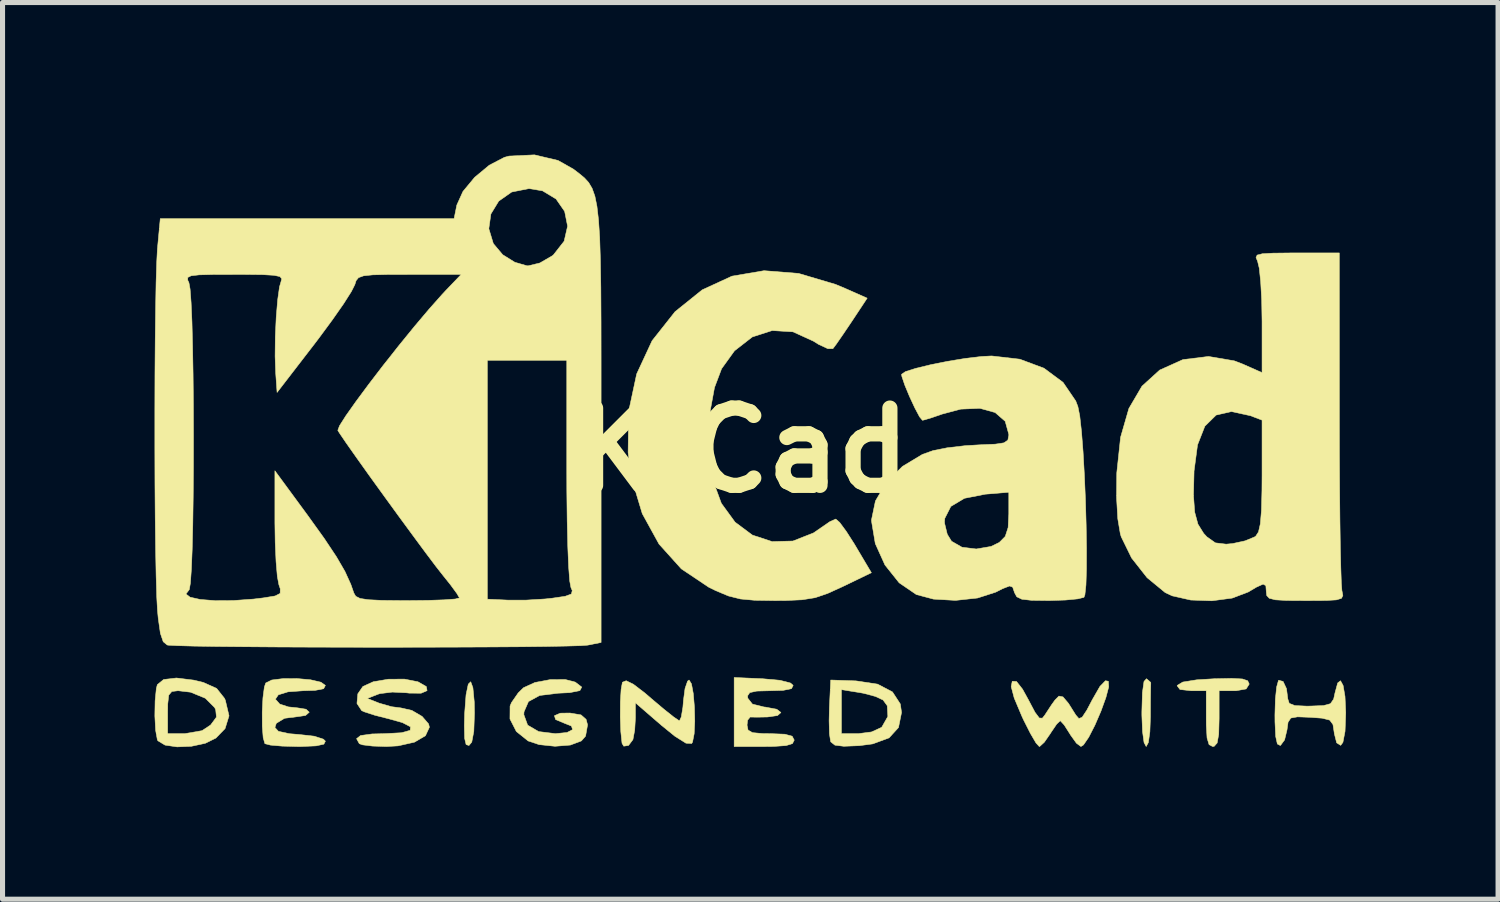
<source format=kicad_pcb>
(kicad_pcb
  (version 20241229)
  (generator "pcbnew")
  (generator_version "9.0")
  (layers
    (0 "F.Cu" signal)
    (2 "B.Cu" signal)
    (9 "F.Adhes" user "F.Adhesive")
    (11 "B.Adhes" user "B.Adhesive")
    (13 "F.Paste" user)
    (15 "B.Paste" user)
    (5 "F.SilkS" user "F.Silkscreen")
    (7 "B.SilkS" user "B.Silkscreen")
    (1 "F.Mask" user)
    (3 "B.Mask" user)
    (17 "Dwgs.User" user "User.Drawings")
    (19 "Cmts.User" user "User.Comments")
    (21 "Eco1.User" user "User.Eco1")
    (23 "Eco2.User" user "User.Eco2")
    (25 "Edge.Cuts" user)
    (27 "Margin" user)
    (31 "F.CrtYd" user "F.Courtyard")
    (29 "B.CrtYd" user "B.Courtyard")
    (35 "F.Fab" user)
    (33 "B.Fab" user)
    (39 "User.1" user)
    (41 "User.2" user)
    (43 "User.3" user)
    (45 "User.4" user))
  (footprint "KiCad"
    (layer "F.Cu")
    (at 11.602 5.835)
    (property "Reference" "KiCad" (at 0 0 0) (layer "F.SilkS") (effects (font (size 1.524 1.524) (thickness 0.3))))
    (attr through_hole)
    (fp_poly (pts (xy -5.323 4.681) (xy -5.296 4.963) (xy -5.292 5.179) (xy -5.305 5.543) (xy -5.345 5.754) (xy -5.401 5.822) (xy -5.457 5.803) (xy -5.486 5.681) (xy -5.492 5.432) (xy -5.486 5.194) (xy -5.458 4.821) (xy -5.414 4.611) (xy -5.366 4.564) (xy -5.323 4.681)) (stroke (width 0.01) (type solid)) (fill yes) (layer "F.SilkS"))
    (fp_poly (pts (xy 8.048 4.576) (xy 8.05 4.595) (xy 8.047 4.705) (xy 8.044 4.935) (xy 8.043 5.237) (xy 8.043 5.249) (xy 8.032 5.553) (xy 8.002 5.763) (xy 7.959 5.842) (xy 7.959 5.842) (xy 7.917 5.763) (xy 7.887 5.546) (xy 7.874 5.223) (xy 7.874 5.158) (xy 7.885 4.778) (xy 7.916 4.559) (xy 7.965 4.504) (xy 8.048 4.576)) (stroke (width 0.01) (type solid)) (fill yes) (layer "F.SilkS"))
    (fp_poly (pts (xy 9.857 4.509) (xy 9.961 4.544) (xy 9.991 4.607) (xy 9.991 4.611) (xy 9.931 4.706) (xy 9.736 4.741) (xy 9.694 4.741) (xy 9.398 4.741) (xy 9.398 5.292) (xy 9.39 5.6) (xy 9.359 5.772) (xy 9.3 5.838) (xy 9.271 5.842) (xy 9.2 5.805) (xy 9.16 5.674) (xy 9.145 5.417) (xy 9.144 5.292) (xy 9.144 4.741) (xy 8.841 4.741) (xy 8.626 4.717) (xy 8.57 4.644) (xy 8.572 4.636) (xy 8.681 4.57) (xy 8.957 4.526) (xy 9.299 4.505) (xy 9.647 4.498) (xy 9.857 4.509)) (stroke (width 0.01) (type solid)) (fill yes) (layer "F.SilkS"))
    (fp_poly (pts (xy 2.234 4.547) (xy 2.66 4.611) (xy 2.954 4.765) (xy 3.109 5.003) (xy 3.133 5.17) (xy 3.073 5.467) (xy 2.887 5.671) (xy 2.564 5.79) (xy 2.3 5.825) (xy 1.994 5.837) (xy 1.819 5.815) (xy 1.739 5.752) (xy 1.733 5.737) (xy 1.711 5.591) (xy 1.711 5.588) (xy 1.947 5.588) (xy 2.28 5.588) (xy 2.542 5.554) (xy 2.732 5.467) (xy 2.746 5.455) (xy 2.863 5.249) (xy 2.851 5.037) (xy 2.769 4.925) (xy 2.619 4.854) (xy 2.381 4.791) (xy 2.303 4.777) (xy 1.947 4.72) (xy 1.947 5.588) (xy 1.711 5.588) (xy 1.704 5.335) (xy 1.71 5.071) (xy 1.736 4.53) (xy 2.234 4.547)) (stroke (width 0.01) (type solid)) (fill yes) (layer "F.SilkS"))
    (fp_poly (pts (xy 0.395 4.505) (xy 0.738 4.536) (xy 0.944 4.59) (xy 0.995 4.636) (xy 0.962 4.7) (xy 0.797 4.734) (xy 0.551 4.741) (xy 0.278 4.748) (xy 0.139 4.778) (xy 0.096 4.841) (xy 0.1 4.889) (xy 0.191 5.005) (xy 0.419 5.062) (xy 0.445 5.064) (xy 0.672 5.107) (xy 0.754 5.171) (xy 0.686 5.231) (xy 0.487 5.259) (xy 0.278 5.263) (xy 0.15 5.26) (xy 0.148 5.259) (xy 0.097 5.321) (xy 0.085 5.419) (xy 0.105 5.517) (xy 0.192 5.568) (xy 0.387 5.586) (xy 0.55 5.588) (xy 0.831 5.599) (xy 0.976 5.639) (xy 1.016 5.715) (xy 0.981 5.784) (xy 0.856 5.823) (xy 0.609 5.84) (xy 0.423 5.842) (xy -0.169 5.842) (xy -0.169 4.48) (xy 0.395 4.505)) (stroke (width 0.01) (type solid)) (fill yes) (layer "F.SilkS"))
    (fp_poly (pts (xy -10.83 4.532) (xy -10.64 4.578) (xy -10.378 4.696) (xy -10.223 4.892) (xy -10.207 4.928) (xy -10.134 5.236) (xy -10.212 5.488) (xy -10.393 5.675) (xy -10.602 5.778) (xy -10.875 5.837) (xy -11.158 5.849) (xy -11.396 5.814) (xy -11.537 5.729) (xy -11.548 5.708) (xy -11.582 5.521) (xy -11.597 5.24) (xy -11.596 5.165) (xy -11.345 5.165) (xy -11.345 5.588) (xy -11.007 5.588) (xy -10.666 5.529) (xy -10.497 5.417) (xy -10.382 5.262) (xy -10.397 5.116) (xy -10.417 5.074) (xy -10.602 4.889) (xy -10.893 4.77) (xy -11.139 4.741) (xy -11.262 4.756) (xy -11.323 4.828) (xy -11.343 5.002) (xy -11.345 5.165) (xy -11.596 5.165) (xy -11.592 4.941) (xy -11.568 4.698) (xy -11.548 4.621) (xy -11.424 4.52) (xy -11.174 4.49) (xy -10.83 4.532)) (stroke (width 0.01) (type solid)) (fill yes) (layer "F.SilkS"))
    (fp_poly (pts (xy -3.304 4.571) (xy -3.176 4.669) (xy -3.212 4.738) (xy -3.413 4.779) (xy -3.643 4.79) (xy -4.007 4.835) (xy -4.227 4.955) (xy -4.315 5.158) (xy -4.318 5.214) (xy -4.243 5.42) (xy -4.026 5.547) (xy -3.694 5.588) (xy -3.465 5.565) (xy -3.355 5.508) (xy -3.38 5.437) (xy -3.514 5.384) (xy -3.691 5.31) (xy -3.715 5.234) (xy -3.599 5.184) (xy -3.408 5.181) (xy -3.19 5.218) (xy -3.09 5.306) (xy -3.061 5.414) (xy -3.1 5.636) (xy -3.183 5.731) (xy -3.401 5.813) (xy -3.703 5.837) (xy -4.017 5.804) (xy -4.233 5.732) (xy -4.466 5.545) (xy -4.592 5.298) (xy -4.59 5.044) (xy -4.562 4.976) (xy -4.429 4.784) (xy -4.325 4.682) (xy -4.1 4.579) (xy -3.799 4.522) (xy -3.501 4.52) (xy -3.304 4.571)) (stroke (width 0.01) (type solid)) (fill yes) (layer "F.SilkS"))
    (fp_poly (pts (xy -1.011 4.606) (xy -0.975 4.8) (xy -0.953 5.063) (xy -0.946 5.343) (xy -0.958 5.59) (xy -0.99 5.753) (xy -1.007 5.782) (xy -1.12 5.776) (xy -1.338 5.639) (xy -1.604 5.423) (xy -2.117 4.979) (xy -2.117 5.276) (xy -2.131 5.518) (xy -2.165 5.7) (xy -2.168 5.708) (xy -2.253 5.821) (xy -2.347 5.835) (xy -2.381 5.779) (xy -2.405 5.549) (xy -2.416 5.258) (xy -2.414 4.961) (xy -2.399 4.715) (xy -2.374 4.577) (xy -2.371 4.573) (xy -2.299 4.544) (xy -2.159 4.612) (xy -1.931 4.786) (xy -1.801 4.898) (xy -1.558 5.103) (xy -1.365 5.257) (xy -1.257 5.331) (xy -1.247 5.334) (xy -1.212 5.258) (xy -1.18 5.065) (xy -1.169 4.932) (xy -1.138 4.697) (xy -1.088 4.552) (xy -1.058 4.53) (xy -1.011 4.606)) (stroke (width 0.01) (type solid)) (fill yes) (layer "F.SilkS"))
    (fp_poly (pts (xy -8.527 4.525) (xy -8.321 4.573) (xy -8.233 4.636) (xy -8.267 4.701) (xy -8.434 4.734) (xy -8.666 4.741) (xy -8.971 4.763) (xy -9.161 4.822) (xy -9.219 4.908) (xy -9.134 5.004) (xy -8.964 5.06) (xy -8.784 5.079) (xy -8.615 5.106) (xy -8.551 5.165) (xy -8.624 5.229) (xy -8.756 5.249) (xy -9.039 5.285) (xy -9.201 5.383) (xy -9.229 5.466) (xy -9.16 5.542) (xy -8.944 5.589) (xy -8.749 5.605) (xy -8.453 5.638) (xy -8.272 5.697) (xy -8.233 5.736) (xy -8.263 5.795) (xy -8.416 5.829) (xy -8.712 5.842) (xy -8.784 5.842) (xy -9.085 5.834) (xy -9.315 5.814) (xy -9.425 5.786) (xy -9.426 5.786) (xy -9.46 5.668) (xy -9.478 5.44) (xy -9.479 5.159) (xy -9.465 4.883) (xy -9.437 4.669) (xy -9.41 4.589) (xy -9.292 4.53) (xy -9.068 4.502) (xy -8.795 4.501) (xy -8.527 4.525)) (stroke (width 0.01) (type solid)) (fill yes) (layer "F.SilkS"))
    (fp_poly (pts (xy 10.66 4.558) (xy 10.727 4.701) (xy 10.753 4.903) (xy 10.781 4.99) (xy 10.891 5.034) (xy 11.123 5.045) (xy 11.196 5.044) (xy 11.456 5.034) (xy 11.594 4.997) (xy 11.657 4.907) (xy 11.684 4.784) (xy 11.737 4.588) (xy 11.793 4.544) (xy 11.844 4.638) (xy 11.881 4.852) (xy 11.896 5.171) (xy 11.896 5.179) (xy 11.882 5.543) (xy 11.84 5.76) (xy 11.796 5.819) (xy 11.717 5.769) (xy 11.67 5.584) (xy 11.669 5.572) (xy 11.644 5.408) (xy 11.58 5.321) (xy 11.431 5.283) (xy 11.203 5.266) (xy 10.946 5.256) (xy 10.813 5.28) (xy 10.758 5.362) (xy 10.737 5.514) (xy 10.689 5.712) (xy 10.609 5.82) (xy 10.604 5.821) (xy 10.547 5.792) (xy 10.514 5.644) (xy 10.5 5.357) (xy 10.499 5.219) (xy 10.508 4.907) (xy 10.533 4.666) (xy 10.568 4.541) (xy 10.574 4.535) (xy 10.66 4.558)) (stroke (width 0.01) (type solid)) (fill yes) (layer "F.SilkS"))
    (fp_poly (pts (xy -6.411 4.564) (xy -6.408 4.564) (xy -6.242 4.659) (xy -6.227 4.74) (xy -6.344 4.79) (xy -6.575 4.789) (xy -6.633 4.782) (xy -6.911 4.768) (xy -7.156 4.798) (xy -7.197 4.811) (xy -7.408 4.893) (xy -7.17 4.987) (xy -6.93 5.056) (xy -6.744 5.08) (xy -6.528 5.129) (xy -6.325 5.248) (xy -6.197 5.396) (xy -6.181 5.461) (xy -6.259 5.629) (xy -6.476 5.756) (xy -6.8 5.829) (xy -7.032 5.842) (xy -7.302 5.833) (xy -7.499 5.809) (xy -7.564 5.786) (xy -7.618 5.687) (xy -7.539 5.625) (xy -7.313 5.594) (xy -7.063 5.588) (xy -6.731 5.57) (xy -6.56 5.522) (xy -6.554 5.453) (xy -6.713 5.37) (xy -6.993 5.292) (xy -7.257 5.225) (xy -7.458 5.16) (xy -7.517 5.134) (xy -7.61 4.992) (xy -7.593 4.802) (xy -7.493 4.657) (xy -7.288 4.564) (xy -6.991 4.514) (xy -6.674 4.512) (xy -6.411 4.564)) (stroke (width 0.01) (type solid)) (fill yes) (layer "F.SilkS"))
    (fp_poly (pts (xy 7.213 4.555) (xy 7.22 4.665) (xy 7.164 4.877) (xy 7.067 5.144) (xy 6.948 5.42) (xy 6.826 5.658) (xy 6.722 5.81) (xy 6.672 5.842) (xy 6.583 5.776) (xy 6.466 5.613) (xy 6.452 5.589) (xy 6.343 5.418) (xy 6.268 5.336) (xy 6.262 5.335) (xy 6.194 5.399) (xy 6.085 5.559) (xy 6.067 5.588) (xy 5.949 5.758) (xy 5.858 5.841) (xy 5.85 5.842) (xy 5.785 5.771) (xy 5.674 5.581) (xy 5.538 5.312) (xy 5.506 5.242) (xy 5.356 4.886) (xy 5.296 4.66) (xy 5.317 4.555) (xy 5.401 4.559) (xy 5.521 4.712) (xy 5.636 4.921) (xy 5.766 5.167) (xy 5.851 5.28) (xy 5.912 5.282) (xy 5.96 5.221) (xy 6.093 5.018) (xy 6.16 4.925) (xy 6.238 4.847) (xy 6.318 4.863) (xy 6.425 4.989) (xy 6.571 5.221) (xy 6.631 5.29) (xy 6.696 5.265) (xy 6.788 5.125) (xy 6.895 4.921) (xy 7.047 4.656) (xy 7.156 4.544) (xy 7.213 4.555)) (stroke (width 0.01) (type solid)) (fill yes) (layer "F.SilkS"))
    (fp_poly (pts (xy 1.103 -3.491) (xy 1.831 -3.275) (xy 2.013 -3.199) (xy 2.455 -3.003) (xy 2.148 -2.539) (xy 1.98 -2.29) (xy 1.846 -2.096) (xy 1.778 -2.006) (xy 1.678 -2.007) (xy 1.497 -2.091) (xy 1.397 -2.154) (xy 0.992 -2.339) (xy 0.581 -2.364) (xy 0.189 -2.238) (xy -0.162 -1.965) (xy -0.417 -1.611) (xy -0.557 -1.24) (xy -0.645 -0.762) (xy -0.675 -0.233) (xy -0.644 0.291) (xy -0.596 0.568) (xy -0.422 1.044) (xy -0.151 1.416) (xy 0.191 1.671) (xy 0.58 1.799) (xy 0.99 1.788) (xy 1.397 1.628) (xy 1.549 1.523) (xy 1.719 1.406) (xy 1.834 1.355) (xy 1.836 1.355) (xy 1.913 1.422) (xy 2.045 1.601) (xy 2.206 1.853) (xy 2.224 1.884) (xy 2.538 2.413) (xy 1.969 2.688) (xy 1.672 2.823) (xy 1.427 2.906) (xy 1.17 2.947) (xy 0.838 2.962) (xy 0.629 2.963) (xy 0.238 2.957) (xy -0.045 2.931) (xy -0.281 2.872) (xy -0.53 2.768) (xy -0.669 2.7) (xy -1.211 2.337) (xy -1.652 1.847) (xy -1.982 1.247) (xy -2.192 0.55) (xy -2.261 0.042) (xy -2.25 -0.771) (xy -2.092 -1.508) (xy -1.788 -2.163) (xy -1.339 -2.731) (xy -1.335 -2.736) (xy -0.799 -3.167) (xy -0.213 -3.437) (xy 0.421 -3.545) (xy 1.103 -3.491)) (stroke (width 0.01) (type solid)) (fill yes) (layer "F.SilkS"))
    (fp_poly (pts (xy 11.769 -3.895) (xy 11.77 -0.656) (xy 11.771 0.075) (xy 11.775 0.758) (xy 11.781 1.374) (xy 11.789 1.902) (xy 11.799 2.324) (xy 11.809 2.618) (xy 11.82 2.765) (xy 11.822 2.773) (xy 11.839 2.863) (xy 11.812 2.918) (xy 11.711 2.949) (xy 11.505 2.961) (xy 11.164 2.963) (xy 11.101 2.963) (xy 10.736 2.961) (xy 10.509 2.948) (xy 10.387 2.917) (xy 10.337 2.863) (xy 10.329 2.794) (xy 10.32 2.67) (xy 10.267 2.638) (xy 10.135 2.697) (xy 9.972 2.794) (xy 9.655 2.914) (xy 9.255 2.967) (xy 8.838 2.952) (xy 8.474 2.87) (xy 8.333 2.804) (xy 7.977 2.511) (xy 7.671 2.122) (xy 7.467 1.705) (xy 7.449 1.646) (xy 7.399 1.349) (xy 7.375 0.936) (xy 7.375 0.889) (xy 8.892 0.889) (xy 8.916 1.218) (xy 8.98 1.455) (xy 9.093 1.637) (xy 9.156 1.705) (xy 9.324 1.824) (xy 9.537 1.85) (xy 9.665 1.838) (xy 9.912 1.784) (xy 10.098 1.707) (xy 10.121 1.691) (xy 10.175 1.608) (xy 10.211 1.449) (xy 10.233 1.187) (xy 10.243 0.798) (xy 10.245 0.496) (xy 10.245 -0.597) (xy 10.017 -0.684) (xy 9.64 -0.766) (xy 9.34 -0.697) (xy 9.117 -0.478) (xy 8.972 -0.109) (xy 8.903 0.411) (xy 8.903 0.43) (xy 8.892 0.889) (xy 7.375 0.889) (xy 7.379 0.455) (xy 7.379 0.445) (xy 7.454 -0.259) (xy 7.618 -0.827) (xy 7.876 -1.267) (xy 8.226 -1.585) (xy 8.684 -1.791) (xy 9.189 -1.853) (xy 9.696 -1.767) (xy 9.851 -1.708) (xy 10.245 -1.534) (xy 10.245 -2.55) (xy 10.238 -2.963) (xy 10.218 -3.324) (xy 10.19 -3.594) (xy 10.157 -3.731) (xy 10.126 -3.805) (xy 10.148 -3.853) (xy 10.25 -3.879) (xy 10.459 -3.891) (xy 10.803 -3.895) (xy 10.919 -3.895) (xy 11.769 -3.895)) (stroke (width 0.01) (type solid)) (fill yes) (layer "F.SilkS"))
    (fp_poly (pts (xy 5.466 -1.799) (xy 5.943 -1.621) (xy 6.319 -1.342) (xy 6.57 -0.974) (xy 6.612 -0.864) (xy 6.649 -0.678) (xy 6.683 -0.371) (xy 6.714 0.027) (xy 6.74 0.488) (xy 6.761 0.979) (xy 6.775 1.472) (xy 6.782 1.935) (xy 6.781 2.34) (xy 6.771 2.655) (xy 6.75 2.85) (xy 6.731 2.899) (xy 6.61 2.929) (xy 6.369 2.952) (xy 6.058 2.962) (xy 6.025 2.962) (xy 5.7 2.958) (xy 5.506 2.936) (xy 5.406 2.888) (xy 5.361 2.805) (xy 5.359 2.797) (xy 5.325 2.697) (xy 5.262 2.675) (xy 5.124 2.729) (xy 4.99 2.797) (xy 4.633 2.912) (xy 4.199 2.959) (xy 3.764 2.934) (xy 3.425 2.844) (xy 3.086 2.612) (xy 2.806 2.261) (xy 2.615 1.838) (xy 2.546 1.425) (xy 3.979 1.425) (xy 4.035 1.655) (xy 4.119 1.792) (xy 4.325 1.91) (xy 4.608 1.945) (xy 4.899 1.895) (xy 5.061 1.816) (xy 5.179 1.697) (xy 5.236 1.521) (xy 5.249 1.255) (xy 5.249 0.826) (xy 4.785 0.864) (xy 4.374 0.945) (xy 4.106 1.105) (xy 3.986 1.341) (xy 3.979 1.425) (xy 2.546 1.425) (xy 2.541 1.39) (xy 2.54 1.373) (xy 2.618 0.998) (xy 2.832 0.634) (xy 3.151 0.316) (xy 3.543 0.08) (xy 3.755 0.004) (xy 4.032 -0.051) (xy 4.39 -0.093) (xy 4.678 -0.11) (xy 4.981 -0.123) (xy 5.153 -0.149) (xy 5.23 -0.202) (xy 5.249 -0.295) (xy 5.249 -0.317) (xy 5.178 -0.574) (xy 4.979 -0.747) (xy 4.679 -0.83) (xy 4.301 -0.814) (xy 3.937 -0.717) (xy 3.716 -0.641) (xy 3.568 -0.598) (xy 3.545 -0.594) (xy 3.488 -0.663) (xy 3.395 -0.838) (xy 3.29 -1.064) (xy 3.197 -1.288) (xy 3.14 -1.457) (xy 3.133 -1.501) (xy 3.21 -1.554) (xy 3.415 -1.619) (xy 3.707 -1.69) (xy 4.047 -1.758) (xy 4.394 -1.815) (xy 4.707 -1.852) (xy 4.911 -1.863) (xy 5.466 -1.799)) (stroke (width 0.01) (type solid)) (fill yes) (layer "F.SilkS"))
    (fp_poly (pts (xy -3.644 -5.72) (xy -3.341 -5.549) (xy -3.223 -5.459) (xy -3.122 -5.375) (xy -3.039 -5.284) (xy -2.971 -5.169) (xy -2.917 -5.018) (xy -2.876 -4.816) (xy -2.845 -4.548) (xy -2.822 -4.2) (xy -2.808 -3.758) (xy -2.799 -3.208) (xy -2.795 -2.534) (xy -2.794 -1.723) (xy -2.794 -0.76) (xy -2.794 -0.523) (xy -2.794 3.789) (xy -3.059 3.842) (xy -3.192 3.852) (xy -3.473 3.86) (xy -3.881 3.868) (xy -4.394 3.874) (xy -4.993 3.878) (xy -5.656 3.881) (xy -6.364 3.883) (xy -7.096 3.884) (xy -7.83 3.883) (xy -8.547 3.881) (xy -9.226 3.878) (xy -9.846 3.873) (xy -10.387 3.868) (xy -10.828 3.861) (xy -11.148 3.852) (xy -11.328 3.843) (xy -11.354 3.839) (xy -11.432 3.774) (xy -11.488 3.609) (xy -11.53 3.316) (xy -11.545 3.158) (xy -11.56 2.889) (xy -11.561 2.833) (xy -10.984 2.833) (xy -10.902 2.896) (xy -10.702 2.941) (xy -10.409 2.964) (xy -10.049 2.962) (xy -9.648 2.933) (xy -9.458 2.91) (xy -9.225 2.872) (xy -9.125 2.821) (xy -9.123 2.73) (xy -9.15 2.651) (xy -9.181 2.487) (xy -9.206 2.195) (xy -9.223 1.819) (xy -9.229 1.423) (xy -9.229 0.402) (xy -8.584 1.28) (xy -8.255 1.738) (xy -8.016 2.097) (xy -7.847 2.388) (xy -7.731 2.643) (xy -7.671 2.815) (xy -7.634 2.878) (xy -7.548 2.921) (xy -7.385 2.946) (xy -7.117 2.959) (xy -6.715 2.963) (xy -6.607 2.963) (xy -6.214 2.959) (xy -5.891 2.948) (xy -5.672 2.932) (xy -5.588 2.912) (xy -5.588 2.912) (xy -5.638 2.824) (xy -5.767 2.648) (xy -5.912 2.467) (xy -6.047 2.295) (xy -6.252 2.023) (xy -6.507 1.678) (xy -6.792 1.29) (xy -7.086 0.885) (xy -7.37 0.492) (xy -7.623 0.137) (xy -7.825 -0.15) (xy -7.956 -0.343) (xy -7.988 -0.395) (xy -7.954 -0.486) (xy -7.829 -0.683) (xy -7.631 -0.963) (xy -7.379 -1.303) (xy -7.091 -1.679) (xy -7.012 -1.778) (xy -5.038 -1.778) (xy -5.038 2.935) (xy -4.624 2.954) (xy -4.28 2.954) (xy -3.898 2.931) (xy -3.759 2.916) (xy -3.501 2.878) (xy -3.38 2.833) (xy -3.363 2.765) (xy -3.389 2.705) (xy -3.413 2.577) (xy -3.434 2.301) (xy -3.451 1.898) (xy -3.463 1.39) (xy -3.47 0.798) (xy -3.471 0.387) (xy -3.471 -1.778) (xy -5.038 -1.778) (xy -7.012 -1.778) (xy -6.784 -2.067) (xy -6.477 -2.444) (xy -6.188 -2.786) (xy -5.935 -3.071) (xy -5.858 -3.154) (xy -5.554 -3.471) (xy -6.578 -3.471) (xy -7.008 -3.47) (xy -7.299 -3.463) (xy -7.479 -3.444) (xy -7.579 -3.408) (xy -7.627 -3.349) (xy -7.652 -3.27) (xy -7.721 -3.133) (xy -7.874 -2.892) (xy -8.092 -2.58) (xy -8.353 -2.226) (xy -8.444 -2.106) (xy -9.186 -1.143) (xy -9.213 -1.523) (xy -9.225 -1.855) (xy -9.221 -2.239) (xy -9.203 -2.627) (xy -9.174 -2.972) (xy -9.138 -3.227) (xy -9.11 -3.323) (xy -9.093 -3.386) (xy -9.13 -3.429) (xy -9.246 -3.454) (xy -9.467 -3.467) (xy -9.82 -3.471) (xy -10.027 -3.471) (xy -10.446 -3.47) (xy -10.722 -3.463) (xy -10.881 -3.445) (xy -10.948 -3.412) (xy -10.949 -3.359) (xy -10.925 -3.308) (xy -10.902 -3.182) (xy -10.882 -2.915) (xy -10.865 -2.531) (xy -10.853 -2.052) (xy -10.843 -1.502) (xy -10.837 -0.905) (xy -10.835 -0.285) (xy -10.836 0.336) (xy -10.841 0.933) (xy -10.849 1.484) (xy -10.861 1.964) (xy -10.877 2.35) (xy -10.896 2.618) (xy -10.918 2.746) (xy -10.923 2.753) (xy -10.984 2.833) (xy -11.561 2.833) (xy -11.572 2.479) (xy -11.582 1.953) (xy -11.59 1.339) (xy -11.595 0.66) (xy -11.597 -0.056) (xy -11.597 -0.785) (xy -11.595 -1.501) (xy -11.59 -2.178) (xy -11.582 -2.79) (xy -11.573 -3.313) (xy -11.56 -3.719) (xy -11.546 -3.985) (xy -11.544 -4) (xy -11.509 -4.373) (xy -5.009 -4.373) (xy -4.92 -4.08) (xy -4.735 -3.86) (xy -4.495 -3.711) (xy -4.257 -3.642) (xy -4.233 -3.641) (xy -4.002 -3.697) (xy -3.757 -3.839) (xy -3.732 -3.86) (xy -3.523 -4.127) (xy -3.455 -4.424) (xy -3.513 -4.715) (xy -3.683 -4.96) (xy -3.95 -5.121) (xy -4.217 -5.165) (xy -4.558 -5.097) (xy -4.813 -4.918) (xy -4.968 -4.664) (xy -5.009 -4.373) (xy -11.509 -4.373) (xy -11.49 -4.572) (xy -5.694 -4.572) (xy -5.64 -4.84) (xy -5.519 -5.108) (xy -5.289 -5.386) (xy -5 -5.626) (xy -4.702 -5.781) (xy -4.61 -5.806) (xy -4.109 -5.83) (xy -3.644 -5.72)) (stroke (width 0.01) (type solid)) (fill yes) (layer "F.SilkS")))
  (gr_rect
    (start -3 -3)
    (end 26.503 14.689)
    (stroke (width 0.1) (type default))
    (fill no)
    (layer "Edge.Cuts")))
</source>
